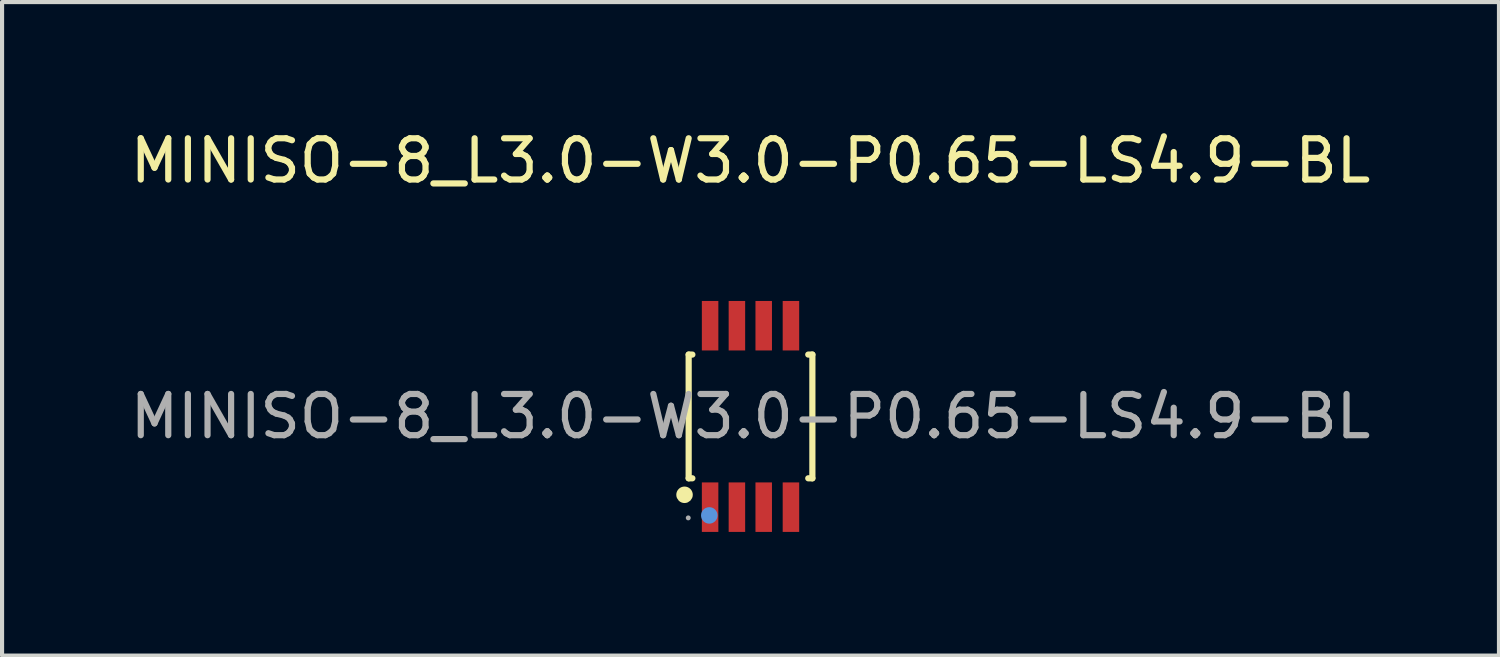
<source format=kicad_pcb>
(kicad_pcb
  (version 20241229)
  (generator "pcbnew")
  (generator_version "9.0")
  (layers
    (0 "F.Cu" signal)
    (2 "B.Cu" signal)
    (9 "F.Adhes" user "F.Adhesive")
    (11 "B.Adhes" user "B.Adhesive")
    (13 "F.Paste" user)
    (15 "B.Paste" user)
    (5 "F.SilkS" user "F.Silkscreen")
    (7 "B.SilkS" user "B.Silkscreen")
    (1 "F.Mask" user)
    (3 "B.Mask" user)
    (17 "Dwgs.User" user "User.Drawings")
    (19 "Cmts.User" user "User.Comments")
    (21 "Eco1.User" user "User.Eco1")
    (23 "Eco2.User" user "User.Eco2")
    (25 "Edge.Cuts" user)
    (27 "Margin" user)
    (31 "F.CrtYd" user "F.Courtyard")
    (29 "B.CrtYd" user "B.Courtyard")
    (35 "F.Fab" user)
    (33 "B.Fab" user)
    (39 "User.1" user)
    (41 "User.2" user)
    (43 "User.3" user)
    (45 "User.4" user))
  (footprint "MINISO-8_L3.0-W3.0-P0.65-LS4.9-BL"
    (layer "F.Cu")
    (at 15.149 7.048)
    (property "Reference" "MINISO-8_L3.0-W3.0-P0.65-LS4.9-BL" (at 0 -6.2 0) (layer "F.SilkS") (effects (font (size 1 1) (thickness 0.15))))
    (attr smd)
    (fp_line (start -1.5 -1.5) (end -1.41 -1.5) (stroke (width 0.15) (type solid)) (layer "F.SilkS"))
    (fp_line (start -1.5 1.5) (end -1.5 -1.5) (stroke (width 0.15) (type solid)) (layer "F.SilkS"))
    (fp_line (start -1.41 1.5) (end -1.5 1.5) (stroke (width 0.15) (type solid)) (layer "F.SilkS"))
    (fp_line (start 1.4 -1.5) (end 1.5 -1.5) (stroke (width 0.15) (type solid)) (layer "F.SilkS"))
    (fp_line (start 1.5 -1.5) (end 1.5 1.5) (stroke (width 0.15) (type solid)) (layer "F.SilkS"))
    (fp_line (start 1.5 1.5) (end 1.4 1.5) (stroke (width 0.15) (type solid)) (layer "F.SilkS"))
    (fp_circle (center -1.6 1.9) (end -1.5 1.9) (stroke (width 0.2) (type solid)) (fill no) (layer "F.SilkS"))
    (fp_circle (center -1 2.4) (end -0.9 2.4) (stroke (width 0.2) (type solid)) (fill no) (layer "Cmts.User"))
    (fp_circle (center -1.51 2.46) (end -1.48 2.46) (stroke (width 0.06) (type solid)) (fill no) (layer "F.Fab"))
    (fp_text user "${REFERENCE}" (at 0 0 0) (layer "F.Fab") (effects (font (size 1 1) (thickness 0.15))))
    (pad "1" smd rect (at -0.98 2.2 180) (size 0.4 1.2) (layers "F.Cu" "F.Mask" "F.Paste"))
    (pad "2" smd rect (at -0.33 2.2 180) (size 0.4 1.2) (layers "F.Cu" "F.Mask" "F.Paste"))
    (pad "3" smd rect (at 0.32 2.2 180) (size 0.4 1.2) (layers "F.Cu" "F.Mask" "F.Paste"))
    (pad "4" smd rect (at 0.98 2.2 180) (size 0.4 1.2) (layers "F.Cu" "F.Mask" "F.Paste"))
    (pad "5" smd rect (at 0.98 -2.2 180) (size 0.4 1.2) (layers "F.Cu" "F.Mask" "F.Paste"))
    (pad "6" smd rect (at 0.32 -2.2 180) (size 0.4 1.2) (layers "F.Cu" "F.Mask" "F.Paste"))
    (pad "7" smd rect (at -0.33 -2.2 180) (size 0.4 1.2) (layers "F.Cu" "F.Mask" "F.Paste"))
    (pad "8" smd rect (at -0.98 -2.2 180) (size 0.4 1.2) (layers "F.Cu" "F.Mask" "F.Paste")))
  (gr_rect
    (start -3 -3)
    (end 33.298 12.848)
    (stroke (width 0.1) (type default))
    (fill no)
    (layer "Edge.Cuts")))
</source>
